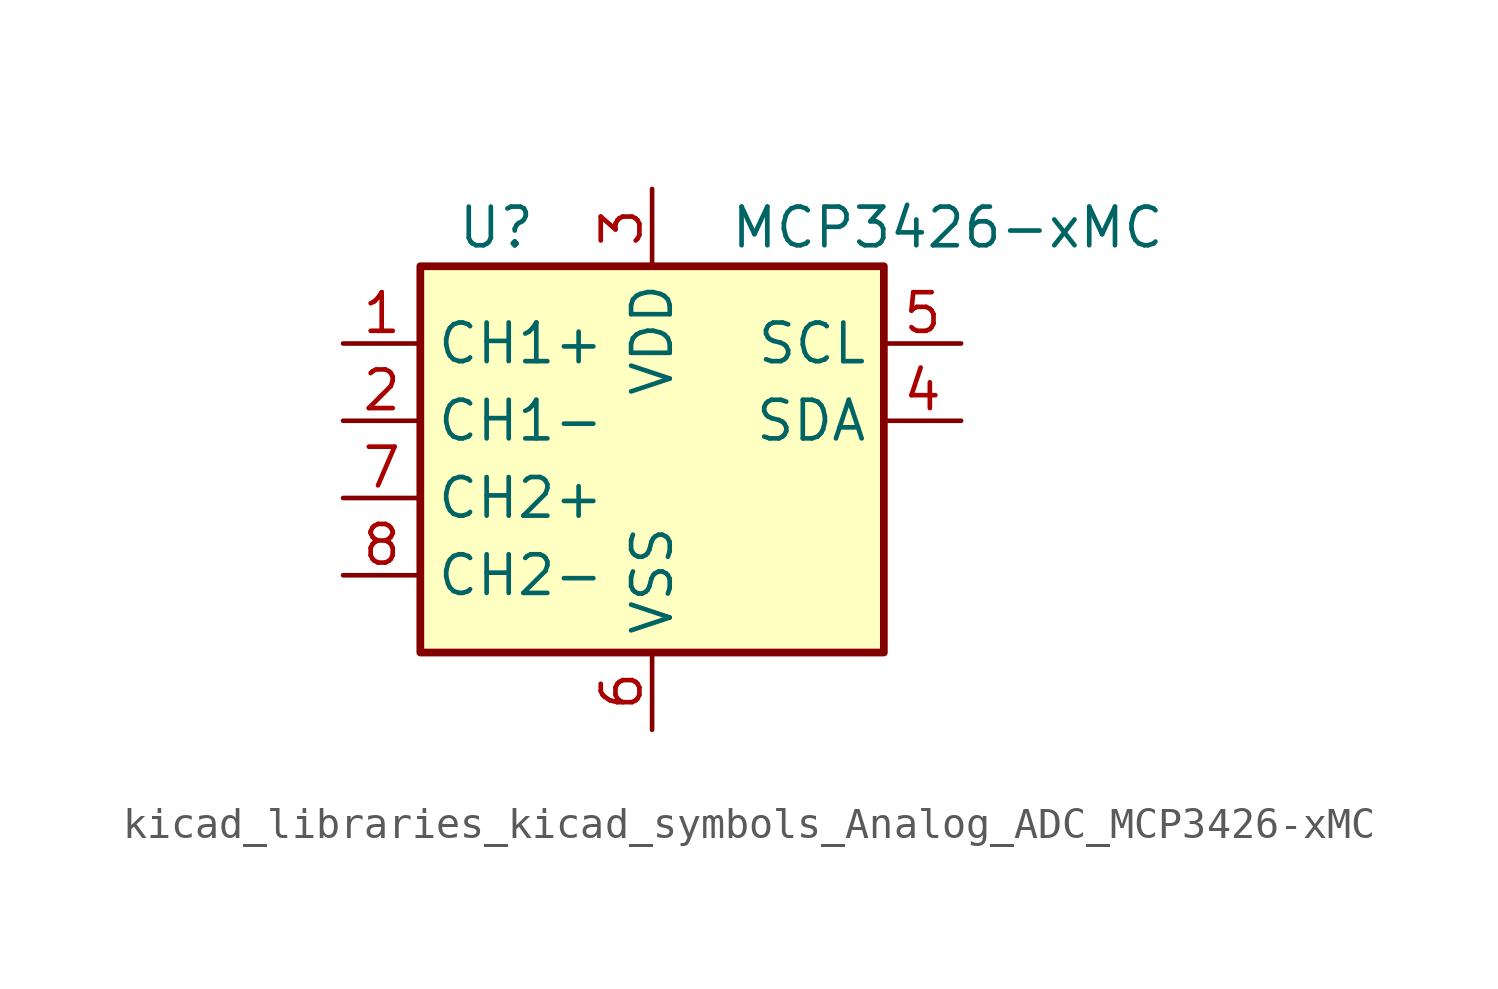
<source format=kicad_sym>
(kicad_symbol_lib
  (version 20220914)
  (generator kicad_symbol_editor)
  (symbol "kicad_libraries_kicad_symbols_Analog_ADC_MCP3426-xMC"
    (property "Reference" "U"
      (at -3.81 8.89 0)
      (effects (font (size 1.27 1.27)) (justify right)))
    (property "Value" "MCP3426-xMC"
      (at 2.54 8.89 0)
      (effects (font (size 1.27 1.27)) (justify left)))
    (symbol "kicad_libraries_kicad_symbols_Analog_ADC_MCP3426-xMC_0_1"
      (rectangle (start -7.62 7.62) (end 7.62 -5.08) (stroke (width 0.254) (type default)) (fill (type background))))
    (symbol "kicad_libraries_kicad_symbols_Analog_ADC_MCP3426-xMC_1_1"
      (pin input line (at -10.16 5.08 0) (length 2.54) (name "CH1+" (effects (font (size 1.27 1.27)))) (number "1" (effects (font (size 1.27 1.27)))))
      (pin input line (at -10.16 2.54 0) (length 2.54) (name "CH1-" (effects (font (size 1.27 1.27)))) (number "2" (effects (font (size 1.27 1.27)))))
      (pin power_in line (at 0 10.16 270) (length 2.54) (name "VDD" (effects (font (size 1.27 1.27)))) (number "3" (effects (font (size 1.27 1.27)))))
      (pin bidirectional line (at 10.16 2.54 180) (length 2.54) (name "SDA" (effects (font (size 1.27 1.27)))) (number "4" (effects (font (size 1.27 1.27)))))
      (pin input line (at 10.16 5.08 180) (length 2.54) (name "SCL" (effects (font (size 1.27 1.27)))) (number "5" (effects (font (size 1.27 1.27)))))
      (pin power_in line (at 0 -7.62 90) (length 2.54) (name "VSS" (effects (font (size 1.27 1.27)))) (number "6" (effects (font (size 1.27 1.27)))))
      (pin input line (at -10.16 0 0) (length 2.54) (name "CH2+" (effects (font (size 1.27 1.27)))) (number "7" (effects (font (size 1.27 1.27)))))
      (pin input line (at -10.16 -2.54 0) (length 2.54) (name "CH2-" (effects (font (size 1.27 1.27)))) (number "8" (effects (font (size 1.27 1.27)))))
      (pin passive line (at 0 -7.62 90) (length 2.54) hide (name "VSS" (effects (font (size 1.27 1.27)))) (number "9" (effects (font (size 1.27 1.27))))))))
</source>
